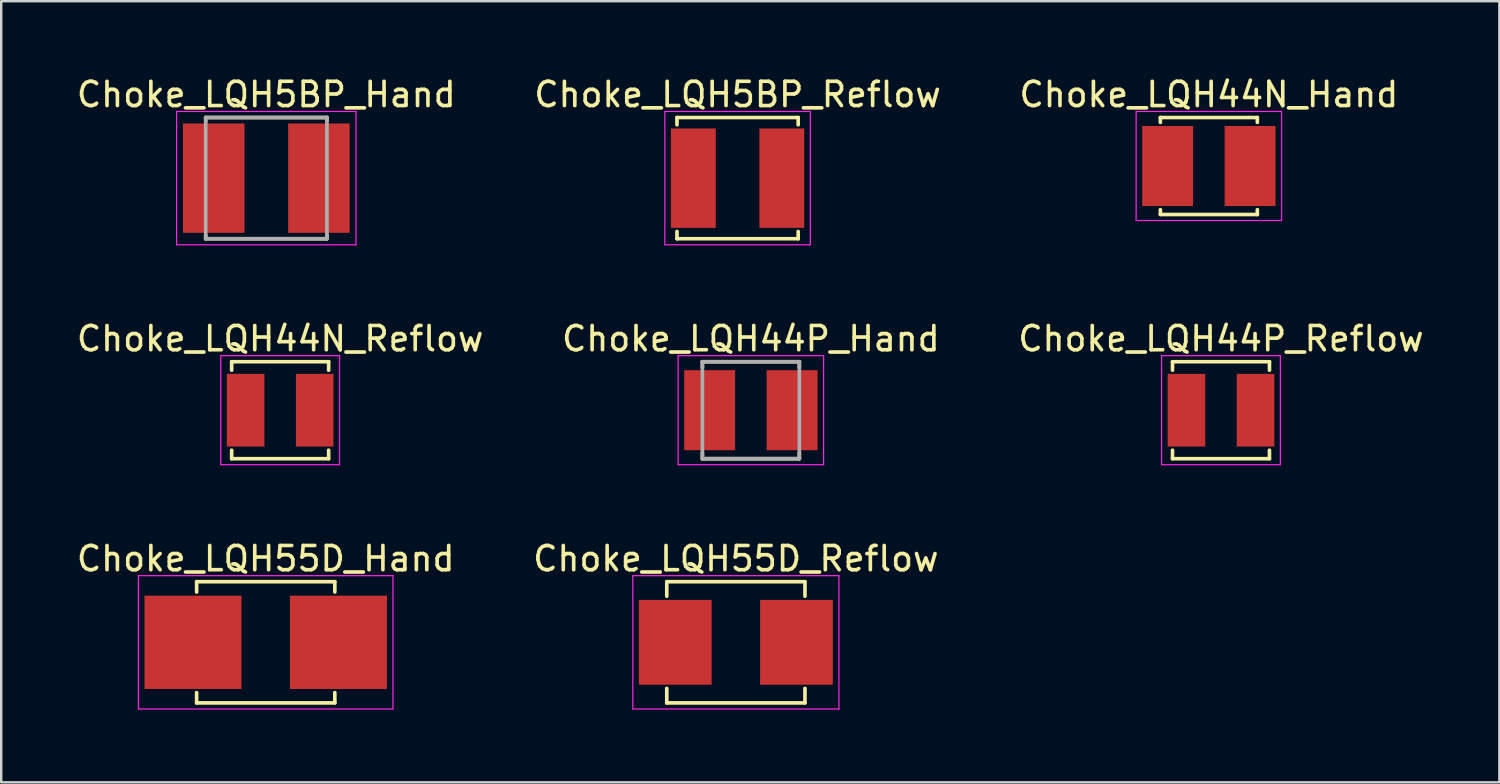
<source format=kicad_pcb>
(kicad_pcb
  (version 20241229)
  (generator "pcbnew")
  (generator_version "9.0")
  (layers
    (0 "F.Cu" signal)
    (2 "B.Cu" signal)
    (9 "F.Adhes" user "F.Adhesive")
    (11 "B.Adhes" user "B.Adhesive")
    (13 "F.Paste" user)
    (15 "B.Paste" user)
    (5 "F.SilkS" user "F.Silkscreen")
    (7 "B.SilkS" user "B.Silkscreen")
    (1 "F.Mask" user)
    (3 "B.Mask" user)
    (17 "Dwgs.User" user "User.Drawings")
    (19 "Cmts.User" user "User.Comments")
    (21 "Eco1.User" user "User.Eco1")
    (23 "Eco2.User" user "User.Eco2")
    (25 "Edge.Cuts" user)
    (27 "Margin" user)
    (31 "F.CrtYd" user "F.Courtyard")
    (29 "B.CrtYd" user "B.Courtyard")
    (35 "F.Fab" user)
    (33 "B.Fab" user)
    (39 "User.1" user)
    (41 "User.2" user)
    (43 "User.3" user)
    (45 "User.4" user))
  (footprint "Choke_LQH44P_Hand"
    (layer "F.Cu")
    (at 27.923 13.871)
    (property "Reference" "Choke_LQH44P_Hand" (at 0 -2.95 0) (layer "F.SilkS") (effects (font (size 1 1) (thickness 0.15))))
    (attr smd)
    (fp_line (start -2 -2) (end -2 -1.75) (stroke (width 0.15) (type solid)) (layer "F.SilkS"))
    (fp_line (start -2 -2) (end 2 -2) (stroke (width 0.15) (type solid)) (layer "F.SilkS"))
    (fp_line (start -2 1.75) (end -2 2) (stroke (width 0.15) (type solid)) (layer "F.SilkS"))
    (fp_line (start -2 2) (end 2 2) (stroke (width 0.15) (type solid)) (layer "F.SilkS"))
    (fp_line (start 2 -2) (end 2 -1.75) (stroke (width 0.15) (type solid)) (layer "F.SilkS"))
    (fp_line (start 2 1.75) (end 2 2) (stroke (width 0.15) (type solid)) (layer "F.SilkS"))
    (fp_line (start -3 -2.25) (end -3 2.25) (stroke (width 0.05) (type solid)) (layer "F.CrtYd"))
    (fp_line (start -3 -2.25) (end 3 -2.25) (stroke (width 0.05) (type solid)) (layer "F.CrtYd"))
    (fp_line (start -3 2.25) (end 3 2.25) (stroke (width 0.05) (type solid)) (layer "F.CrtYd"))
    (fp_line (start 3 -2.25) (end 3 2.25) (stroke (width 0.05) (type solid)) (layer "F.CrtYd"))
    (fp_line (start -2 -2) (end -2 2) (stroke (width 0.15) (type solid)) (layer "F.Fab"))
    (fp_line (start -2 -2) (end 2 -2) (stroke (width 0.15) (type solid)) (layer "F.Fab"))
    (fp_line (start -2 2) (end 2 2) (stroke (width 0.15) (type solid)) (layer "F.Fab"))
    (fp_line (start 2 -2) (end 2 2) (stroke (width 0.15) (type solid)) (layer "F.Fab"))
    (pad "1" smd rect (at -1.7 0) (size 2.1 3.3) (layers "F.Cu" "F.Mask" "F.Paste"))
    (pad "2" smd rect (at 1.7 0) (size 2.1 3.3) (layers "F.Cu" "F.Mask" "F.Paste")))
  (footprint "Choke_LQH5BP_Hand"
    (layer "F.Cu")
    (at 7.935 4.298)
    (property "Reference" "Choke_LQH5BP_Hand" (at 0 -3.45 0) (layer "F.SilkS") (effects (font (size 1 1) (thickness 0.15))))
    (attr smd)
    (fp_line (start -2.5 -2.5) (end -2.5 -2.355) (stroke (width 0.15) (type solid)) (layer "F.SilkS"))
    (fp_line (start -2.5 -2.5) (end 2.5 -2.5) (stroke (width 0.15) (type solid)) (layer "F.SilkS"))
    (fp_line (start -2.5 2.355) (end -2.5 2.5) (stroke (width 0.15) (type solid)) (layer "F.SilkS"))
    (fp_line (start -2.5 2.5) (end 2.5 2.5) (stroke (width 0.15) (type solid)) (layer "F.SilkS"))
    (fp_line (start 2.5 -2.5) (end 2.5 -2.355) (stroke (width 0.15) (type solid)) (layer "F.SilkS"))
    (fp_line (start 2.5 2.355) (end 2.5 2.5) (stroke (width 0.15) (type solid)) (layer "F.SilkS"))
    (fp_line (start -3.7 -2.75) (end -3.7 2.75) (stroke (width 0.05) (type solid)) (layer "F.CrtYd"))
    (fp_line (start -3.7 -2.75) (end 3.7 -2.75) (stroke (width 0.05) (type solid)) (layer "F.CrtYd"))
    (fp_line (start -3.7 2.75) (end 3.7 2.75) (stroke (width 0.05) (type solid)) (layer "F.CrtYd"))
    (fp_line (start 3.7 -2.75) (end 3.7 2.75) (stroke (width 0.05) (type solid)) (layer "F.CrtYd"))
    (fp_line (start -2.5 -2.5) (end -2.5 2.5) (stroke (width 0.15) (type solid)) (layer "F.Fab"))
    (fp_line (start -2.5 -2.5) (end 2.5 -2.5) (stroke (width 0.15) (type solid)) (layer "F.Fab"))
    (fp_line (start -2.5 2.5) (end 2.5 2.5) (stroke (width 0.15) (type solid)) (layer "F.Fab"))
    (fp_line (start 2.5 -2.5) (end 2.5 2.5) (stroke (width 0.15) (type solid)) (layer "F.Fab"))
    (pad "1" smd rect (at -2.169 0) (size 2.538 4.51) (layers "F.Cu" "F.Mask" "F.Paste"))
    (pad "2" smd rect (at 2.169 0) (size 2.538 4.51) (layers "F.Cu" "F.Mask" "F.Paste")))
  (footprint "Choke_LQH44N_Hand"
    (layer "F.Cu")
    (at 46.815 3.798)
    (property "Reference" "Choke_LQH44N_Hand" (at 0 -2.95 0) (layer "F.SilkS") (effects (font (size 1 1) (thickness 0.15))))
    (attr smd)
    (fp_line (start -2 -2) (end -2 -1.8) (stroke (width 0.15) (type solid)) (layer "F.SilkS"))
    (fp_line (start -2 -2) (end 2 -2) (stroke (width 0.15) (type solid)) (layer "F.SilkS"))
    (fp_line (start -2 1.8) (end -2 2) (stroke (width 0.15) (type solid)) (layer "F.SilkS"))
    (fp_line (start -2 2) (end 2 2) (stroke (width 0.15) (type solid)) (layer "F.SilkS"))
    (fp_line (start 2 -2) (end 2 -1.8) (stroke (width 0.15) (type solid)) (layer "F.SilkS"))
    (fp_line (start 2 1.8) (end 2 2) (stroke (width 0.15) (type solid)) (layer "F.SilkS"))
    (fp_line (start -3 -2.25) (end -3 2.25) (stroke (width 0.05) (type solid)) (layer "F.CrtYd"))
    (fp_line (start -3 -2.25) (end 3 -2.25) (stroke (width 0.05) (type solid)) (layer "F.CrtYd"))
    (fp_line (start -3 2.25) (end 3 2.25) (stroke (width 0.05) (type solid)) (layer "F.CrtYd"))
    (fp_line (start 3 -2.25) (end 3 2.25) (stroke (width 0.05) (type solid)) (layer "F.CrtYd"))
    (pad "1" smd rect (at -1.7 0) (size 2.1 3.3) (layers "F.Cu" "F.Mask" "F.Paste"))
    (pad "2" smd rect (at 1.7 0) (size 2.1 3.3) (layers "F.Cu" "F.Mask" "F.Paste")))
  (footprint "Choke_LQH5BP_Reflow"
    (layer "F.Cu")
    (at 27.375 4.298)
    (property "Reference" "Choke_LQH5BP_Reflow" (at 0 -3.45 0) (layer "F.SilkS") (effects (font (size 1 1) (thickness 0.15))))
    (attr smd)
    (fp_line (start -2.5 -2.5) (end -2.5 -2.2) (stroke (width 0.15) (type solid)) (layer "F.SilkS"))
    (fp_line (start -2.5 -2.5) (end 2.5 -2.5) (stroke (width 0.15) (type solid)) (layer "F.SilkS"))
    (fp_line (start -2.5 2.2) (end -2.5 2.5) (stroke (width 0.15) (type solid)) (layer "F.SilkS"))
    (fp_line (start -2.5 2.5) (end 2.5 2.5) (stroke (width 0.15) (type solid)) (layer "F.SilkS"))
    (fp_line (start 2.5 -2.5) (end 2.5 -2.2) (stroke (width 0.15) (type solid)) (layer "F.SilkS"))
    (fp_line (start 2.5 2.2) (end 2.5 2.5) (stroke (width 0.15) (type solid)) (layer "F.SilkS"))
    (fp_line (start -3 -2.75) (end -3 2.75) (stroke (width 0.05) (type solid)) (layer "F.CrtYd"))
    (fp_line (start -3 -2.75) (end 3 -2.75) (stroke (width 0.05) (type solid)) (layer "F.CrtYd"))
    (fp_line (start -3 2.75) (end 3 2.75) (stroke (width 0.05) (type solid)) (layer "F.CrtYd"))
    (fp_line (start 3 -2.75) (end 3 2.75) (stroke (width 0.05) (type solid)) (layer "F.CrtYd"))
    (pad "1" smd rect (at -1.825 0) (size 1.85 4.1) (layers "F.Cu" "F.Mask" "F.Paste"))
    (pad "2" smd rect (at 1.825 0) (size 1.85 4.1) (layers "F.Cu" "F.Mask" "F.Paste")))
  (footprint "Choke_LQH55D_Reflow"
    (layer "F.Cu")
    (at 27.304 23.445)
    (property "Reference" "Choke_LQH55D_Reflow" (at 0 -3.45 0) (layer "F.SilkS") (effects (font (size 1 1) (thickness 0.15))))
    (attr smd)
    (fp_line (start -2.85 -2.5) (end -2.85 -1.9) (stroke (width 0.15) (type solid)) (layer "F.SilkS"))
    (fp_line (start -2.85 -2.5) (end 2.85 -2.5) (stroke (width 0.15) (type solid)) (layer "F.SilkS"))
    (fp_line (start -2.85 1.9) (end -2.85 2.5) (stroke (width 0.15) (type solid)) (layer "F.SilkS"))
    (fp_line (start -2.85 2.5) (end 2.85 2.5) (stroke (width 0.15) (type solid)) (layer "F.SilkS"))
    (fp_line (start 2.85 -2.5) (end 2.85 -1.9) (stroke (width 0.15) (type solid)) (layer "F.SilkS"))
    (fp_line (start 2.85 1.9) (end 2.85 2.5) (stroke (width 0.15) (type solid)) (layer "F.SilkS"))
    (fp_line (start -4.25 -2.75) (end -4.25 2.75) (stroke (width 0.05) (type solid)) (layer "F.CrtYd"))
    (fp_line (start -4.25 -2.75) (end 4.25 -2.75) (stroke (width 0.05) (type solid)) (layer "F.CrtYd"))
    (fp_line (start -4.25 2.75) (end 4.25 2.75) (stroke (width 0.05) (type solid)) (layer "F.CrtYd"))
    (fp_line (start 4.25 -2.75) (end 4.25 2.75) (stroke (width 0.05) (type solid)) (layer "F.CrtYd"))
    (pad "1" smd rect (at -2.5 0) (size 3 3.5) (layers "F.Cu" "F.Mask" "F.Paste"))
    (pad "2" smd rect (at 2.5 0) (size 3 3.5) (layers "F.Cu" "F.Mask" "F.Paste")))
  (footprint "Choke_LQH44P_Reflow"
    (layer "F.Cu")
    (at 47.315 13.871)
    (property "Reference" "Choke_LQH44P_Reflow" (at 0 -2.95 0) (layer "F.SilkS") (effects (font (size 1 1) (thickness 0.15))))
    (attr smd)
    (fp_line (start -2 -2) (end -2 -1.65) (stroke (width 0.15) (type solid)) (layer "F.SilkS"))
    (fp_line (start -2 -2) (end 2 -2) (stroke (width 0.15) (type solid)) (layer "F.SilkS"))
    (fp_line (start -2 1.65) (end -2 2) (stroke (width 0.15) (type solid)) (layer "F.SilkS"))
    (fp_line (start -2 2) (end 2 2) (stroke (width 0.15) (type solid)) (layer "F.SilkS"))
    (fp_line (start 2 -2) (end 2 -1.65) (stroke (width 0.15) (type solid)) (layer "F.SilkS"))
    (fp_line (start 2 1.65) (end 2 2) (stroke (width 0.15) (type solid)) (layer "F.SilkS"))
    (fp_line (start -2.45 -2.25) (end -2.45 2.25) (stroke (width 0.05) (type solid)) (layer "F.CrtYd"))
    (fp_line (start -2.45 -2.25) (end 2.45 -2.25) (stroke (width 0.05) (type solid)) (layer "F.CrtYd"))
    (fp_line (start -2.45 2.25) (end 2.45 2.25) (stroke (width 0.05) (type solid)) (layer "F.CrtYd"))
    (fp_line (start 2.45 -2.25) (end 2.45 2.25) (stroke (width 0.05) (type solid)) (layer "F.CrtYd"))
    (pad "1" smd rect (at -1.425 0) (size 1.55 3) (layers "F.Cu" "F.Mask" "F.Paste"))
    (pad "2" smd rect (at 1.425 0) (size 1.55 3) (layers "F.Cu" "F.Mask" "F.Paste")))
  (footprint "Choke_LQH55D_Hand"
    (layer "F.Cu")
    (at 7.911 23.445)
    (property "Reference" "Choke_LQH55D_Hand" (at 0 -3.45 0) (layer "F.SilkS") (effects (font (size 1 1) (thickness 0.15))))
    (attr smd)
    (fp_line (start -2.85 -2.5) (end -2.85 -2.075) (stroke (width 0.15) (type solid)) (layer "F.SilkS"))
    (fp_line (start -2.85 -2.5) (end 2.85 -2.5) (stroke (width 0.15) (type solid)) (layer "F.SilkS"))
    (fp_line (start -2.85 2.075) (end -2.85 2.5) (stroke (width 0.15) (type solid)) (layer "F.SilkS"))
    (fp_line (start -2.85 2.5) (end 2.85 2.5) (stroke (width 0.15) (type solid)) (layer "F.SilkS"))
    (fp_line (start 2.85 -2.5) (end 2.85 -2.075) (stroke (width 0.15) (type solid)) (layer "F.SilkS"))
    (fp_line (start 2.85 2.075) (end 2.85 2.5) (stroke (width 0.15) (type solid)) (layer "F.SilkS"))
    (fp_line (start -5.25 -2.75) (end -5.25 2.75) (stroke (width 0.05) (type solid)) (layer "F.CrtYd"))
    (fp_line (start -5.25 -2.75) (end 5.25 -2.75) (stroke (width 0.05) (type solid)) (layer "F.CrtYd"))
    (fp_line (start -5.25 2.75) (end 5.25 2.75) (stroke (width 0.05) (type solid)) (layer "F.CrtYd"))
    (fp_line (start 5.25 -2.75) (end 5.25 2.75) (stroke (width 0.05) (type solid)) (layer "F.CrtYd"))
    (pad "1" smd rect (at -3 0) (size 4 3.85) (layers "F.Cu" "F.Mask" "F.Paste"))
    (pad "2" smd rect (at 3 0) (size 4 3.85) (layers "F.Cu" "F.Mask" "F.Paste")))
  (footprint "Choke_LQH44N_Reflow"
    (layer "F.Cu")
    (at 8.506 13.871)
    (property "Reference" "Choke_LQH44N_Reflow" (at 0 -2.95 0) (layer "F.SilkS") (effects (font (size 1 1) (thickness 0.15))))
    (attr smd)
    (fp_line (start -2 -2) (end -2 -1.65) (stroke (width 0.15) (type solid)) (layer "F.SilkS"))
    (fp_line (start -2 -2) (end 2 -2) (stroke (width 0.15) (type solid)) (layer "F.SilkS"))
    (fp_line (start -2 1.65) (end -2 2) (stroke (width 0.15) (type solid)) (layer "F.SilkS"))
    (fp_line (start -2 2) (end 2 2) (stroke (width 0.15) (type solid)) (layer "F.SilkS"))
    (fp_line (start 2 -2) (end 2 -1.65) (stroke (width 0.15) (type solid)) (layer "F.SilkS"))
    (fp_line (start 2 1.65) (end 2 2) (stroke (width 0.15) (type solid)) (layer "F.SilkS"))
    (fp_line (start -2.45 -2.25) (end -2.45 2.25) (stroke (width 0.05) (type solid)) (layer "F.CrtYd"))
    (fp_line (start -2.45 -2.25) (end 2.45 -2.25) (stroke (width 0.05) (type solid)) (layer "F.CrtYd"))
    (fp_line (start -2.45 2.25) (end 2.45 2.25) (stroke (width 0.05) (type solid)) (layer "F.CrtYd"))
    (fp_line (start 2.45 -2.25) (end 2.45 2.25) (stroke (width 0.05) (type solid)) (layer "F.CrtYd"))
    (pad "1" smd rect (at -1.425 0) (size 1.55 3) (layers "F.Cu" "F.Mask" "F.Paste"))
    (pad "2" smd rect (at 1.425 0) (size 1.55 3) (layers "F.Cu" "F.Mask" "F.Paste")))
  (gr_rect
    (start -3 -3)
    (end 58.798 29.22)
    (stroke (width 0.1) (type default))
    (fill no)
    (layer "Edge.Cuts")))
</source>
